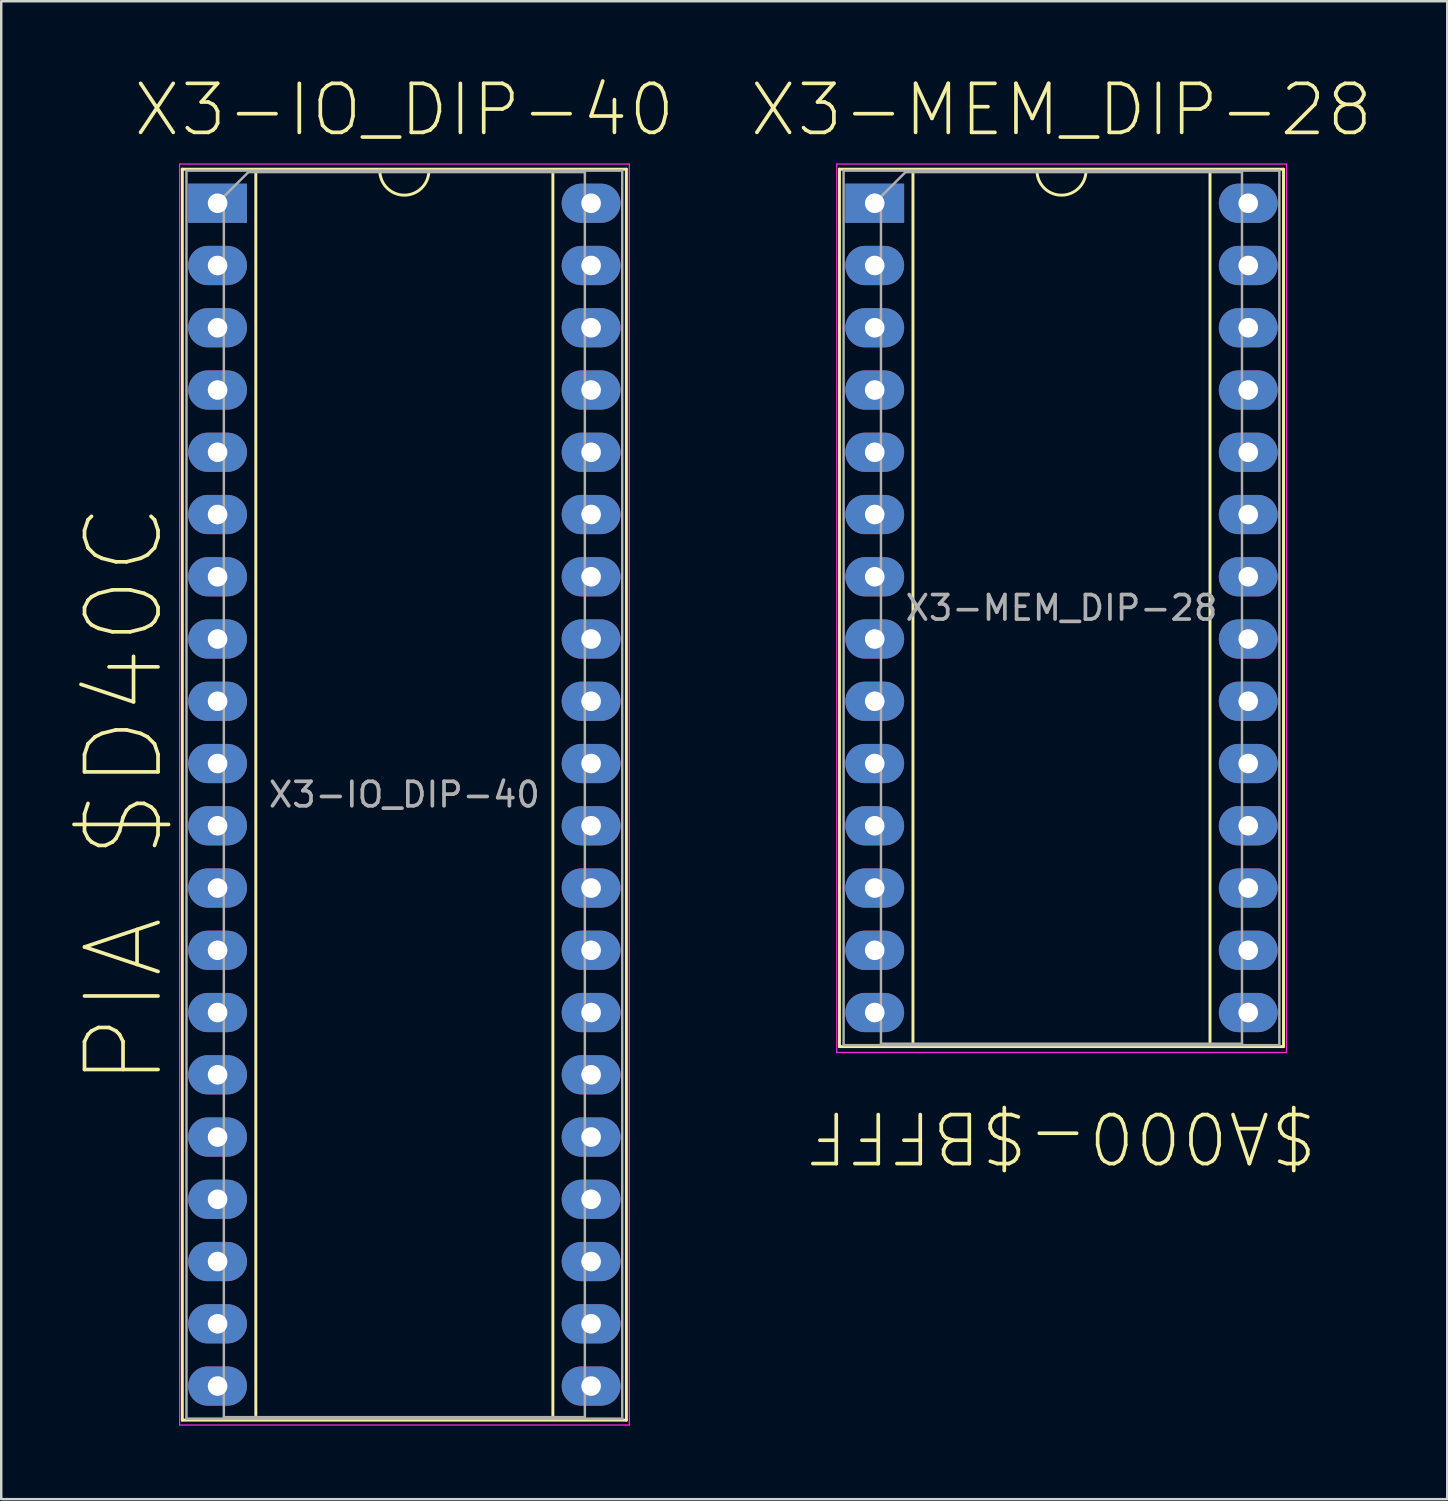
<source format=kicad_pcb>
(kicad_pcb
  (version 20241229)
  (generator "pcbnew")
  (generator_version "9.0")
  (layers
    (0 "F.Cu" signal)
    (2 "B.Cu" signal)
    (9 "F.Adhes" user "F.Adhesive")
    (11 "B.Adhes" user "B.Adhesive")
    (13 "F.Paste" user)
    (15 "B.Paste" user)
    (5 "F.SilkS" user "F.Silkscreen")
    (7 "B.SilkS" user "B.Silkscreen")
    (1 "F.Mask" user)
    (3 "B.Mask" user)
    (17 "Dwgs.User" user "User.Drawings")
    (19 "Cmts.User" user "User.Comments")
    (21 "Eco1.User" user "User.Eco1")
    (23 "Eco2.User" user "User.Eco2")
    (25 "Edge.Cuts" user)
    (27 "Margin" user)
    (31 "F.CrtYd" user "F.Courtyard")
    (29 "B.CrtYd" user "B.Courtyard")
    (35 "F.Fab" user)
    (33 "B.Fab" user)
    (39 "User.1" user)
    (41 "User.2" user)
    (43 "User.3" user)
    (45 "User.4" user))
  (footprint "X3-MEM_DIP-28"
    (layer "F.Cu")
    (at 32.64 5.243)
    (property "Reference" "X3-MEM_DIP-28" (at 7.62 -3.81 0) (layer "F.SilkS") (effects (font (size 2 2) (thickness 0.15))))
    (property "Label" "$A000-$BFFF" (at 7.62 38.1 180) (unlocked yes) (layer "F.SilkS") (effects (font (size 2 2) (thickness 0.15))))
    (attr through_hole)
    (fp_line (start -1.44 -1.39) (end -1.44 34.41) (stroke (width 0.12) (type solid)) (layer "F.SilkS"))
    (fp_line (start -1.44 34.41) (end 16.68 34.41) (stroke (width 0.12) (type solid)) (layer "F.SilkS"))
    (fp_line (start 1.56 -1.33) (end 1.56 34.35) (stroke (width 0.12) (type solid)) (layer "F.SilkS"))
    (fp_line (start 1.56 34.35) (end 13.68 34.35) (stroke (width 0.12) (type solid)) (layer "F.SilkS"))
    (fp_line (start 6.62 -1.33) (end 1.56 -1.33) (stroke (width 0.12) (type solid)) (layer "F.SilkS"))
    (fp_line (start 13.68 -1.33) (end 8.62 -1.33) (stroke (width 0.12) (type solid)) (layer "F.SilkS"))
    (fp_line (start 13.68 34.35) (end 13.68 -1.33) (stroke (width 0.12) (type solid)) (layer "F.SilkS"))
    (fp_line (start 16.68 -1.39) (end -1.44 -1.39) (stroke (width 0.12) (type solid)) (layer "F.SilkS"))
    (fp_line (start 16.68 34.41) (end 16.68 -1.39) (stroke (width 0.12) (type solid)) (layer "F.SilkS"))
    (fp_arc (start 8.62 -1.33) (mid 7.62 -0.33) (end 6.62 -1.33) (stroke (width 0.12) (type solid)) (layer "F.SilkS"))
    (fp_line (start -1.55 -1.6) (end -1.55 34.65) (stroke (width 0.05) (type solid)) (layer "F.CrtYd"))
    (fp_line (start -1.55 34.65) (end 16.8 34.65) (stroke (width 0.05) (type solid)) (layer "F.CrtYd"))
    (fp_line (start 16.8 -1.6) (end -1.55 -1.6) (stroke (width 0.05) (type solid)) (layer "F.CrtYd"))
    (fp_line (start 16.8 34.65) (end 16.8 -1.6) (stroke (width 0.05) (type solid)) (layer "F.CrtYd"))
    (fp_line (start -1.27 -1.33) (end -1.27 34.35) (stroke (width 0.1) (type solid)) (layer "F.Fab"))
    (fp_line (start -1.27 34.35) (end 16.51 34.35) (stroke (width 0.1) (type solid)) (layer "F.Fab"))
    (fp_line (start 0.255 -0.27) (end 1.255 -1.27) (stroke (width 0.1) (type solid)) (layer "F.Fab"))
    (fp_line (start 0.255 34.29) (end 0.255 -0.27) (stroke (width 0.1) (type solid)) (layer "F.Fab"))
    (fp_line (start 1.255 -1.27) (end 14.985 -1.27) (stroke (width 0.1) (type solid)) (layer "F.Fab"))
    (fp_line (start 14.985 -1.27) (end 14.985 34.29) (stroke (width 0.1) (type solid)) (layer "F.Fab"))
    (fp_line (start 14.985 34.29) (end 0.255 34.29) (stroke (width 0.1) (type solid)) (layer "F.Fab"))
    (fp_line (start 16.51 -1.33) (end -1.27 -1.33) (stroke (width 0.1) (type solid)) (layer "F.Fab"))
    (fp_line (start 16.51 34.35) (end 16.51 -1.33) (stroke (width 0.1) (type solid)) (layer "F.Fab"))
    (fp_text user "${REFERENCE}" (at 7.62 16.51 0) (layer "F.Fab") (effects (font (size 1 1) (thickness 0.15))))
    (pad "1" thru_hole rect (at 0 0) (size 2.4 1.6) (drill 0.8) (layers "*.Cu" "*.Mask"))
    (pad "2" thru_hole oval (at 0 2.54) (size 2.4 1.6) (drill 0.8) (layers "*.Cu" "*.Mask"))
    (pad "3" thru_hole oval (at 0 5.08) (size 2.4 1.6) (drill 0.8) (layers "*.Cu" "*.Mask"))
    (pad "4" thru_hole oval (at 0 7.62) (size 2.4 1.6) (drill 0.8) (layers "*.Cu" "*.Mask"))
    (pad "5" thru_hole oval (at 0 10.16) (size 2.4 1.6) (drill 0.8) (layers "*.Cu" "*.Mask"))
    (pad "6" thru_hole oval (at 0 12.7) (size 2.4 1.6) (drill 0.8) (layers "*.Cu" "*.Mask"))
    (pad "7" thru_hole oval (at 0 15.24) (size 2.4 1.6) (drill 0.8) (layers "*.Cu" "*.Mask"))
    (pad "8" thru_hole oval (at 0 17.78) (size 2.4 1.6) (drill 0.8) (layers "*.Cu" "*.Mask"))
    (pad "9" thru_hole oval (at 0 20.32) (size 2.4 1.6) (drill 0.8) (layers "*.Cu" "*.Mask"))
    (pad "10" thru_hole oval (at 0 22.86) (size 2.4 1.6) (drill 0.8) (layers "*.Cu" "*.Mask"))
    (pad "11" thru_hole oval (at 0 25.4) (size 2.4 1.6) (drill 0.8) (layers "*.Cu" "*.Mask"))
    (pad "12" thru_hole oval (at 0 27.94) (size 2.4 1.6) (drill 0.8) (layers "*.Cu" "*.Mask"))
    (pad "13" thru_hole oval (at 0 30.48) (size 2.4 1.6) (drill 0.8) (layers "*.Cu" "*.Mask"))
    (pad "14" thru_hole oval (at 0 33.02) (size 2.4 1.6) (drill 0.8) (layers "*.Cu" "*.Mask"))
    (pad "15" thru_hole oval (at 15.24 33.02) (size 2.4 1.6) (drill 0.8) (layers "*.Cu" "*.Mask"))
    (pad "16" thru_hole oval (at 15.24 30.48) (size 2.4 1.6) (drill 0.8) (layers "*.Cu" "*.Mask"))
    (pad "17" thru_hole oval (at 15.24 27.94) (size 2.4 1.6) (drill 0.8) (layers "*.Cu" "*.Mask"))
    (pad "18" thru_hole oval (at 15.24 25.4) (size 2.4 1.6) (drill 0.8) (layers "*.Cu" "*.Mask"))
    (pad "19" thru_hole oval (at 15.24 22.86) (size 2.4 1.6) (drill 0.8) (layers "*.Cu" "*.Mask"))
    (pad "20" thru_hole oval (at 15.24 20.32) (size 2.4 1.6) (drill 0.8) (layers "*.Cu" "*.Mask"))
    (pad "21" thru_hole oval (at 15.24 17.78) (size 2.4 1.6) (drill 0.8) (layers "*.Cu" "*.Mask"))
    (pad "22" thru_hole oval (at 15.24 15.24) (size 2.4 1.6) (drill 0.8) (layers "*.Cu" "*.Mask"))
    (pad "23" thru_hole oval (at 15.24 12.7) (size 2.4 1.6) (drill 0.8) (layers "*.Cu" "*.Mask"))
    (pad "24" thru_hole oval (at 15.24 10.16) (size 2.4 1.6) (drill 0.8) (layers "*.Cu" "*.Mask"))
    (pad "25" thru_hole oval (at 15.24 7.62) (size 2.4 1.6) (drill 0.8) (layers "*.Cu" "*.Mask"))
    (pad "26" thru_hole oval (at 15.24 5.08) (size 2.4 1.6) (drill 0.8) (layers "*.Cu" "*.Mask"))
    (pad "27" thru_hole oval (at 15.24 2.54) (size 2.4 1.6) (drill 0.8) (layers "*.Cu" "*.Mask"))
    (pad "28" thru_hole oval (at 15.24 0) (size 2.4 1.6) (drill 0.8) (layers "*.Cu" "*.Mask")))
  (footprint "X3-IO_DIP-40"
    (layer "F.Cu")
    (at 5.828 5.243)
    (property "Reference" "X3-IO_DIP-40" (at 7.62 -3.81 0) (layer "F.SilkS") (effects (font (size 2 2) (thickness 0.15))))
    (property "Label" "PIA $D40C" (at -3.81 24.13 90) (unlocked yes) (layer "F.SilkS") (effects (font (size 3 3) (thickness 0.15))))
    (attr through_hole)
    (fp_line (start -1.44 -1.39) (end -1.44 49.65) (stroke (width 0.12) (type solid)) (layer "F.SilkS"))
    (fp_line (start -1.44 49.65) (end 16.68 49.65) (stroke (width 0.12) (type solid)) (layer "F.SilkS"))
    (fp_line (start 1.56 -1.33) (end 1.56 49.59) (stroke (width 0.12) (type solid)) (layer "F.SilkS"))
    (fp_line (start 1.56 49.59) (end 13.68 49.59) (stroke (width 0.12) (type solid)) (layer "F.SilkS"))
    (fp_line (start 6.62 -1.33) (end 1.56 -1.33) (stroke (width 0.12) (type solid)) (layer "F.SilkS"))
    (fp_line (start 13.68 -1.33) (end 8.62 -1.33) (stroke (width 0.12) (type solid)) (layer "F.SilkS"))
    (fp_line (start 13.68 49.59) (end 13.68 -1.33) (stroke (width 0.12) (type solid)) (layer "F.SilkS"))
    (fp_line (start 16.68 -1.39) (end -1.44 -1.39) (stroke (width 0.12) (type solid)) (layer "F.SilkS"))
    (fp_line (start 16.68 49.65) (end 16.68 -1.39) (stroke (width 0.12) (type solid)) (layer "F.SilkS"))
    (fp_arc (start 8.62 -1.33) (mid 7.62 -0.33) (end 6.62 -1.33) (stroke (width 0.12) (type solid)) (layer "F.SilkS"))
    (fp_line (start -1.55 -1.6) (end -1.55 49.85) (stroke (width 0.05) (type solid)) (layer "F.CrtYd"))
    (fp_line (start -1.55 49.85) (end 16.8 49.85) (stroke (width 0.05) (type solid)) (layer "F.CrtYd"))
    (fp_line (start 16.8 -1.6) (end -1.55 -1.6) (stroke (width 0.05) (type solid)) (layer "F.CrtYd"))
    (fp_line (start 16.8 49.85) (end 16.8 -1.6) (stroke (width 0.05) (type solid)) (layer "F.CrtYd"))
    (fp_line (start -1.27 -1.33) (end -1.27 49.59) (stroke (width 0.1) (type solid)) (layer "F.Fab"))
    (fp_line (start -1.27 49.59) (end 16.51 49.59) (stroke (width 0.1) (type solid)) (layer "F.Fab"))
    (fp_line (start 0.255 -0.27) (end 1.255 -1.27) (stroke (width 0.1) (type solid)) (layer "F.Fab"))
    (fp_line (start 0.255 49.53) (end 0.255 -0.27) (stroke (width 0.1) (type solid)) (layer "F.Fab"))
    (fp_line (start 1.255 -1.27) (end 14.985 -1.27) (stroke (width 0.1) (type solid)) (layer "F.Fab"))
    (fp_line (start 14.985 -1.27) (end 14.985 49.53) (stroke (width 0.1) (type solid)) (layer "F.Fab"))
    (fp_line (start 14.985 49.53) (end 0.255 49.53) (stroke (width 0.1) (type solid)) (layer "F.Fab"))
    (fp_line (start 16.51 -1.33) (end -1.27 -1.33) (stroke (width 0.1) (type solid)) (layer "F.Fab"))
    (fp_line (start 16.51 49.59) (end 16.51 -1.33) (stroke (width 0.1) (type solid)) (layer "F.Fab"))
    (fp_text user "${REFERENCE}" (at 7.62 24.13 0) (layer "F.Fab") (effects (font (size 1 1) (thickness 0.15))))
    (pad "1" thru_hole rect (at 0 0) (size 2.4 1.6) (drill 0.8) (layers "*.Cu" "*.Mask"))
    (pad "2" thru_hole oval (at 0 2.54) (size 2.4 1.6) (drill 0.8) (layers "*.Cu" "*.Mask"))
    (pad "3" thru_hole oval (at 0 5.08) (size 2.4 1.6) (drill 0.8) (layers "*.Cu" "*.Mask"))
    (pad "4" thru_hole oval (at 0 7.62) (size 2.4 1.6) (drill 0.8) (layers "*.Cu" "*.Mask"))
    (pad "5" thru_hole oval (at 0 10.16) (size 2.4 1.6) (drill 0.8) (layers "*.Cu" "*.Mask"))
    (pad "6" thru_hole oval (at 0 12.7) (size 2.4 1.6) (drill 0.8) (layers "*.Cu" "*.Mask"))
    (pad "7" thru_hole oval (at 0 15.24) (size 2.4 1.6) (drill 0.8) (layers "*.Cu" "*.Mask"))
    (pad "8" thru_hole oval (at 0 17.78) (size 2.4 1.6) (drill 0.8) (layers "*.Cu" "*.Mask"))
    (pad "9" thru_hole oval (at 0 20.32) (size 2.4 1.6) (drill 0.8) (layers "*.Cu" "*.Mask"))
    (pad "10" thru_hole oval (at 0 22.86) (size 2.4 1.6) (drill 0.8) (layers "*.Cu" "*.Mask"))
    (pad "11" thru_hole oval (at 0 25.4) (size 2.4 1.6) (drill 0.8) (layers "*.Cu" "*.Mask"))
    (pad "12" thru_hole oval (at 0 27.94) (size 2.4 1.6) (drill 0.8) (layers "*.Cu" "*.Mask"))
    (pad "13" thru_hole oval (at 0 30.48) (size 2.4 1.6) (drill 0.8) (layers "*.Cu" "*.Mask"))
    (pad "14" thru_hole oval (at 0 33.02) (size 2.4 1.6) (drill 0.8) (layers "*.Cu" "*.Mask"))
    (pad "15" thru_hole oval (at 0 35.56) (size 2.4 1.6) (drill 0.8) (layers "*.Cu" "*.Mask"))
    (pad "16" thru_hole oval (at 0 38.1) (size 2.4 1.6) (drill 0.8) (layers "*.Cu" "*.Mask"))
    (pad "17" thru_hole oval (at 0 40.64) (size 2.4 1.6) (drill 0.8) (layers "*.Cu" "*.Mask"))
    (pad "18" thru_hole oval (at 0 43.18) (size 2.4 1.6) (drill 0.8) (layers "*.Cu" "*.Mask"))
    (pad "19" thru_hole oval (at 0 45.72) (size 2.4 1.6) (drill 0.8) (layers "*.Cu" "*.Mask"))
    (pad "20" thru_hole oval (at 0 48.26) (size 2.4 1.6) (drill 0.8) (layers "*.Cu" "*.Mask"))
    (pad "21" thru_hole oval (at 15.24 48.26) (size 2.4 1.6) (drill 0.8) (layers "*.Cu" "*.Mask"))
    (pad "22" thru_hole oval (at 15.24 45.72) (size 2.4 1.6) (drill 0.8) (layers "*.Cu" "*.Mask"))
    (pad "23" thru_hole oval (at 15.24 43.18) (size 2.4 1.6) (drill 0.8) (layers "*.Cu" "*.Mask"))
    (pad "24" thru_hole oval (at 15.24 40.64) (size 2.4 1.6) (drill 0.8) (layers "*.Cu" "*.Mask"))
    (pad "25" thru_hole oval (at 15.24 38.1) (size 2.4 1.6) (drill 0.8) (layers "*.Cu" "*.Mask"))
    (pad "26" thru_hole oval (at 15.24 35.56) (size 2.4 1.6) (drill 0.8) (layers "*.Cu" "*.Mask"))
    (pad "27" thru_hole oval (at 15.24 33.02) (size 2.4 1.6) (drill 0.8) (layers "*.Cu" "*.Mask"))
    (pad "28" thru_hole oval (at 15.24 30.48) (size 2.4 1.6) (drill 0.8) (layers "*.Cu" "*.Mask"))
    (pad "29" thru_hole oval (at 15.24 27.94) (size 2.4 1.6) (drill 0.8) (layers "*.Cu" "*.Mask"))
    (pad "30" thru_hole oval (at 15.24 25.4) (size 2.4 1.6) (drill 0.8) (layers "*.Cu" "*.Mask"))
    (pad "31" thru_hole oval (at 15.24 22.86) (size 2.4 1.6) (drill 0.8) (layers "*.Cu" "*.Mask"))
    (pad "32" thru_hole oval (at 15.24 20.32) (size 2.4 1.6) (drill 0.8) (layers "*.Cu" "*.Mask"))
    (pad "33" thru_hole oval (at 15.24 17.78) (size 2.4 1.6) (drill 0.8) (layers "*.Cu" "*.Mask"))
    (pad "34" thru_hole oval (at 15.24 15.24) (size 2.4 1.6) (drill 0.8) (layers "*.Cu" "*.Mask"))
    (pad "35" thru_hole oval (at 15.24 12.7) (size 2.4 1.6) (drill 0.8) (layers "*.Cu" "*.Mask"))
    (pad "36" thru_hole oval (at 15.24 10.16) (size 2.4 1.6) (drill 0.8) (layers "*.Cu" "*.Mask"))
    (pad "37" thru_hole oval (at 15.24 7.62) (size 2.4 1.6) (drill 0.8) (layers "*.Cu" "*.Mask"))
    (pad "38" thru_hole oval (at 15.24 5.08) (size 2.4 1.6) (drill 0.8) (layers "*.Cu" "*.Mask"))
    (pad "39" thru_hole oval (at 15.24 2.54) (size 2.4 1.6) (drill 0.8) (layers "*.Cu" "*.Mask"))
    (pad "40" thru_hole oval (at 15.24 0) (size 2.4 1.6) (drill 0.8) (layers "*.Cu" "*.Mask")))
  (gr_rect
    (start -3 -3)
    (end 55.999 58.118)
    (stroke (width 0.1) (type default))
    (fill no)
    (layer "Edge.Cuts")))
</source>
